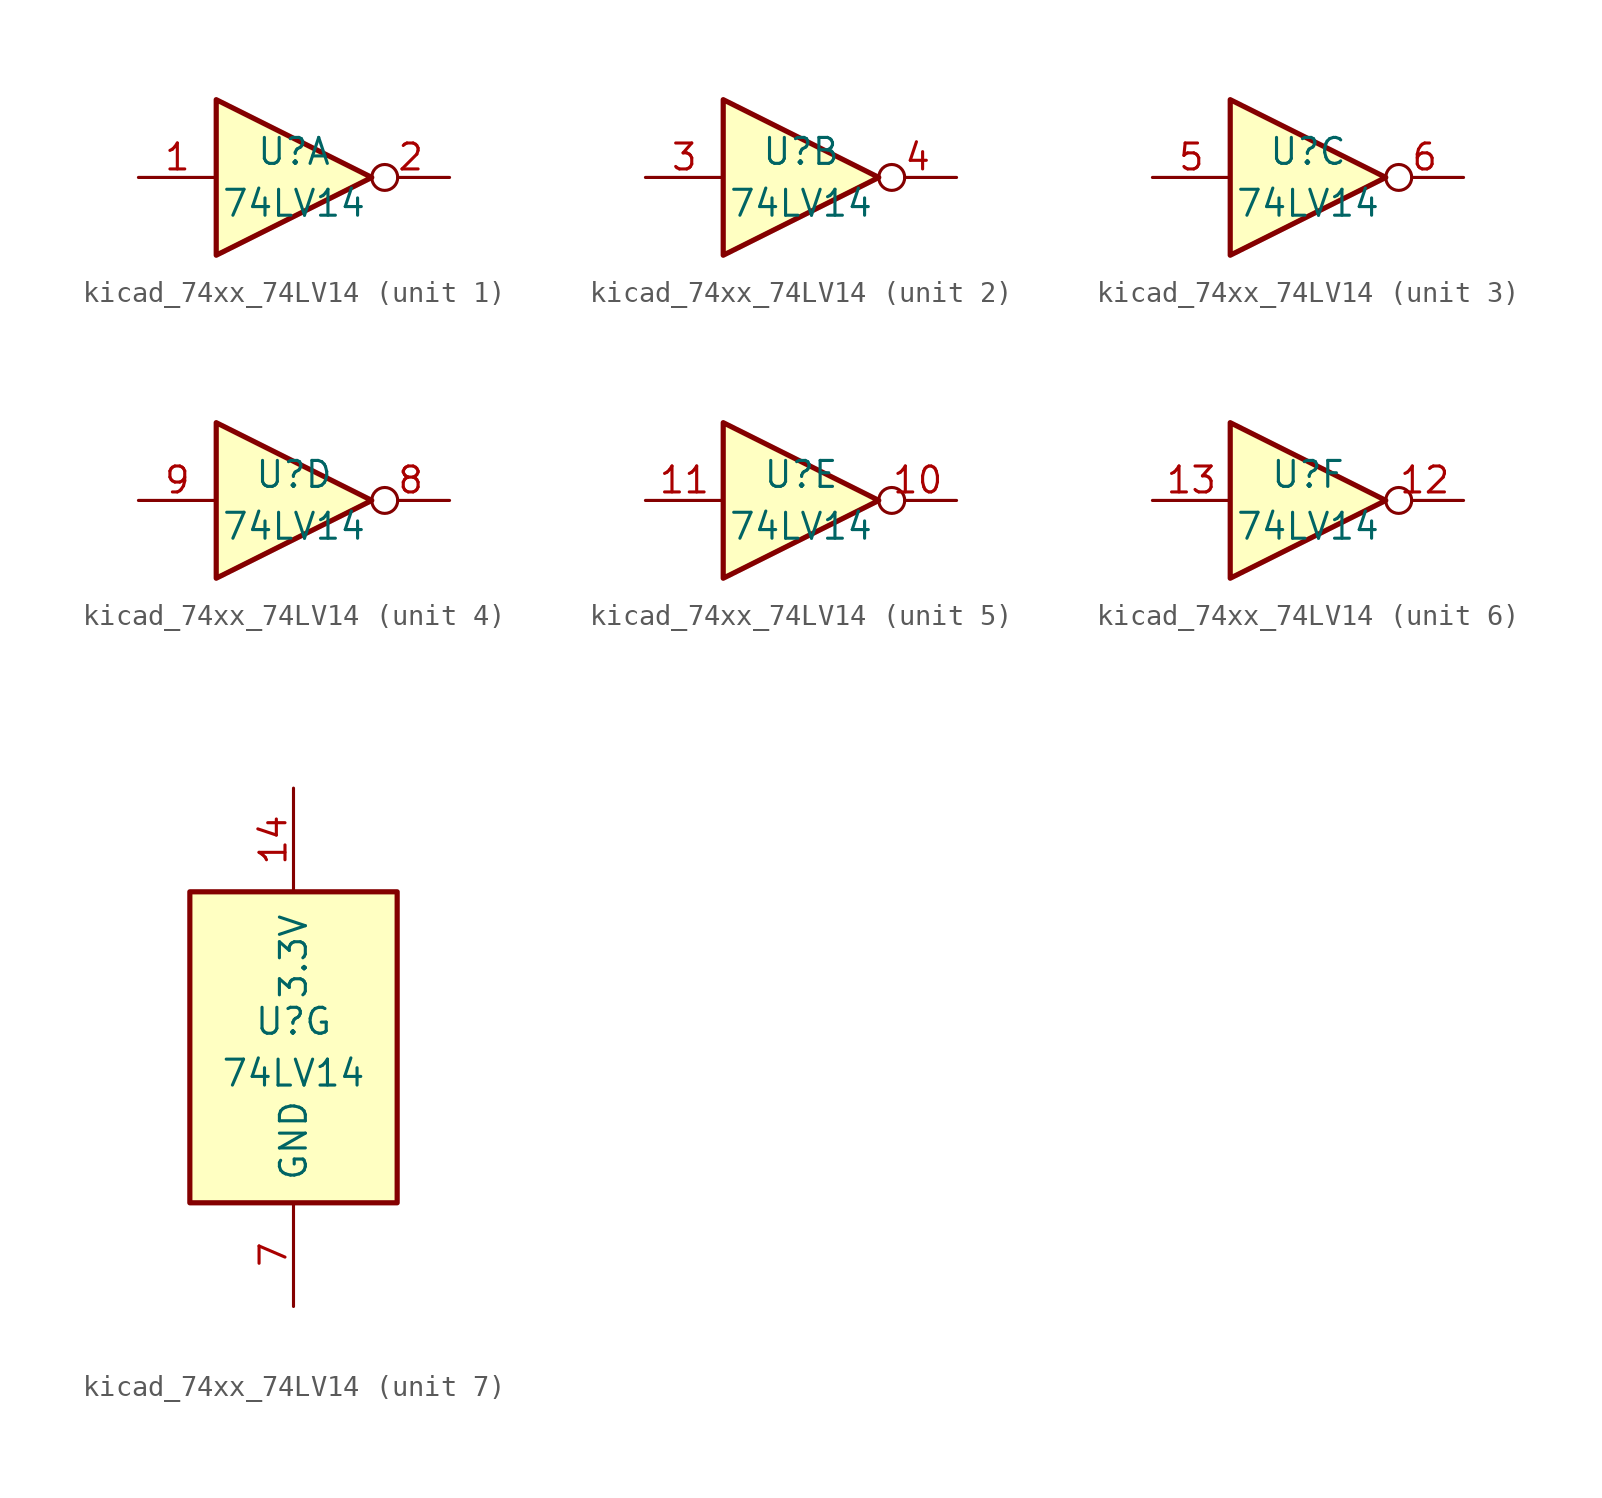
<source format=kicad_sym>
(kicad_symbol_lib
  (version 20220914)
  (generator kicad_symbol_editor)
  (symbol "kicad_74xx_74LV14"
    (pin_names
      (offset 1.016))
    (property "Reference" "U"
      (at 0 1.27 0)
      (effects (font (size 1.27 1.27))))
    (property "Value" "74LV14"
      (at 0 -1.27 0)
      (effects (font (size 1.27 1.27))))
    (property "ki_locked" ""
      (at 0 0 0)
      (effects (font (size 1.27 1.27))))
    (symbol "kicad_74xx_74LV14_1_0"
      (polyline (pts (xy -3.81 3.81) (xy -3.81 -3.81) (xy 3.81 0) (xy -3.81 3.81)) (stroke (width 0.254) (type default)) (fill (type background)))
      (pin input line (at -7.62 0 0) (length 3.81) (name "~" (effects (font (size 1.27 1.27)))) (number "1" (effects (font (size 1.27 1.27)))))
      (pin output inverted (at 7.62 0 180) (length 3.81) (name "~" (effects (font (size 1.27 1.27)))) (number "2" (effects (font (size 1.27 1.27))))))
    (symbol "kicad_74xx_74LV14_2_0"
      (polyline (pts (xy -3.81 3.81) (xy -3.81 -3.81) (xy 3.81 0) (xy -3.81 3.81)) (stroke (width 0.254) (type default)) (fill (type background)))
      (pin input line (at -7.62 0 0) (length 3.81) (name "~" (effects (font (size 1.27 1.27)))) (number "3" (effects (font (size 1.27 1.27)))))
      (pin output inverted (at 7.62 0 180) (length 3.81) (name "~" (effects (font (size 1.27 1.27)))) (number "4" (effects (font (size 1.27 1.27))))))
    (symbol "kicad_74xx_74LV14_3_0"
      (polyline (pts (xy -3.81 3.81) (xy -3.81 -3.81) (xy 3.81 0) (xy -3.81 3.81)) (stroke (width 0.254) (type default)) (fill (type background)))
      (pin input line (at -7.62 0 0) (length 3.81) (name "~" (effects (font (size 1.27 1.27)))) (number "5" (effects (font (size 1.27 1.27)))))
      (pin output inverted (at 7.62 0 180) (length 3.81) (name "~" (effects (font (size 1.27 1.27)))) (number "6" (effects (font (size 1.27 1.27))))))
    (symbol "kicad_74xx_74LV14_4_0"
      (polyline (pts (xy -3.81 3.81) (xy -3.81 -3.81) (xy 3.81 0) (xy -3.81 3.81)) (stroke (width 0.254) (type default)) (fill (type background)))
      (pin output inverted (at 7.62 0 180) (length 3.81) (name "~" (effects (font (size 1.27 1.27)))) (number "8" (effects (font (size 1.27 1.27)))))
      (pin input line (at -7.62 0 0) (length 3.81) (name "~" (effects (font (size 1.27 1.27)))) (number "9" (effects (font (size 1.27 1.27))))))
    (symbol "kicad_74xx_74LV14_5_0"
      (polyline (pts (xy -3.81 3.81) (xy -3.81 -3.81) (xy 3.81 0) (xy -3.81 3.81)) (stroke (width 0.254) (type default)) (fill (type background)))
      (pin output inverted (at 7.62 0 180) (length 3.81) (name "~" (effects (font (size 1.27 1.27)))) (number "10" (effects (font (size 1.27 1.27)))))
      (pin input line (at -7.62 0 0) (length 3.81) (name "~" (effects (font (size 1.27 1.27)))) (number "11" (effects (font (size 1.27 1.27))))))
    (symbol "kicad_74xx_74LV14_6_0"
      (polyline (pts (xy -3.81 3.81) (xy -3.81 -3.81) (xy 3.81 0) (xy -3.81 3.81)) (stroke (width 0.254) (type default)) (fill (type background)))
      (pin output inverted (at 7.62 0 180) (length 3.81) (name "~" (effects (font (size 1.27 1.27)))) (number "12" (effects (font (size 1.27 1.27)))))
      (pin input line (at -7.62 0 0) (length 3.81) (name "~" (effects (font (size 1.27 1.27)))) (number "13" (effects (font (size 1.27 1.27))))))
    (symbol "kicad_74xx_74LV14_7_0"
      (pin power_in line (at 0 12.7 270) (length 5.08) (name "3.3V" (effects (font (size 1.27 1.27)))) (number "14" (effects (font (size 1.27 1.27)))))
      (pin power_in line (at 0 -12.7 90) (length 5.08) (name "GND" (effects (font (size 1.27 1.27)))) (number "7" (effects (font (size 1.27 1.27))))))
    (symbol "kicad_74xx_74LV14_7_1"
      (rectangle (start -5.08 7.62) (end 5.08 -7.62) (stroke (width 0.254) (type default)) (fill (type background))))))
</source>
